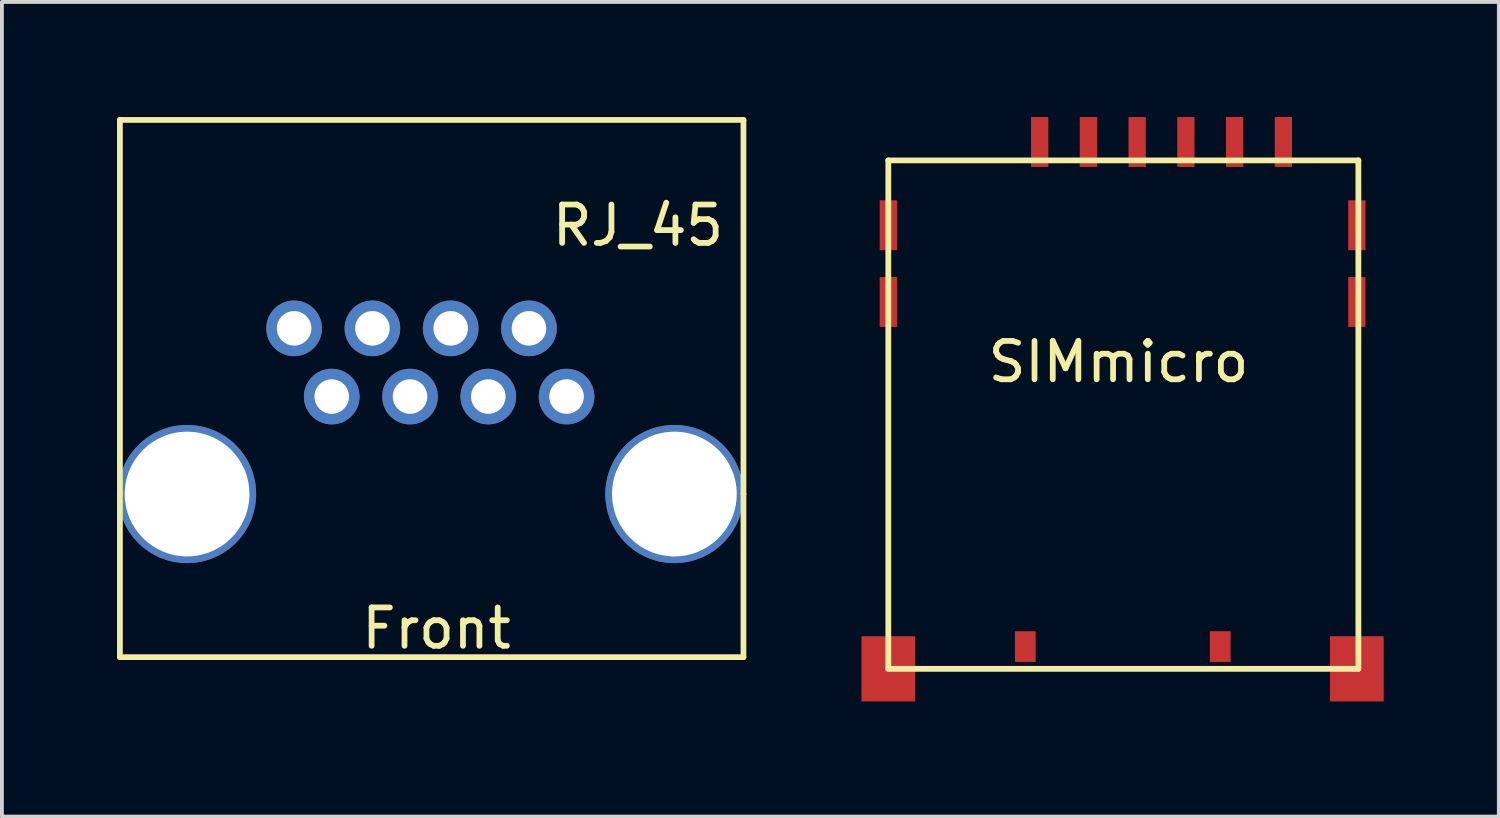
<source format=kicad_pcb>
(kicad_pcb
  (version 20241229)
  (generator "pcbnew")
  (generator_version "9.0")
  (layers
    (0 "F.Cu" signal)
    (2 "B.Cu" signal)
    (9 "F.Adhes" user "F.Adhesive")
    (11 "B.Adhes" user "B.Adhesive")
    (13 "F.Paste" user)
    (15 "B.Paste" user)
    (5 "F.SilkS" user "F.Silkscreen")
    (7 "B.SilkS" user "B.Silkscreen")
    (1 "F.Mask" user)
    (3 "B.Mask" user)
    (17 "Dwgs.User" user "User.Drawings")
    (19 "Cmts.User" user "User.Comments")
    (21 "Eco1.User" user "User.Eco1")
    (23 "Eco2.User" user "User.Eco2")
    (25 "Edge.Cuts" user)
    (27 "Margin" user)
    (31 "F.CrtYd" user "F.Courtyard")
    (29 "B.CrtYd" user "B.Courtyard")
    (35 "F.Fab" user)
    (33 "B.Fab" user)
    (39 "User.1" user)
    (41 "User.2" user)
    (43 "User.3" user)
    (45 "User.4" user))
  (footprint "RJ_45"
    (layer "F.Cu")
    (at 1.825 9.825)
    (property "Reference" "RJ_45" (at 11.75 -7 0) (layer "F.SilkS") (effects (font (size 1 1) (thickness 0.15))))
    (attr through_hole)
    (fp_line (start -1.75 -9.75) (end -1.75 0) (stroke (width 0.15) (type solid)) (layer "F.SilkS"))
    (fp_line (start -1.75 0) (end -1.75 4.25) (stroke (width 0.15) (type solid)) (layer "F.SilkS"))
    (fp_line (start -1.75 4.25) (end 14.5 4.25) (stroke (width 0.15) (type solid)) (layer "F.SilkS"))
    (fp_line (start 14.5 -9.75) (end -1.75 -9.75) (stroke (width 0.15) (type solid)) (layer "F.SilkS"))
    (fp_line (start 14.5 0) (end 14.5 -9.75) (stroke (width 0.15) (type solid)) (layer "F.SilkS"))
    (fp_line (start 14.5 4.25) (end 14.5 0) (stroke (width 0.15) (type solid)) (layer "F.SilkS"))
    (fp_text user "Front" (at 6.5 3.5 0) (layer "F.SilkS") (effects (font (size 1 1) (thickness 0.15))))
    (pad "" thru_hole circle (at 0 0) (size 3.6 3.6) (drill 3.25) (layers "*.Cu" "*.Mask"))
    (pad "" thru_hole circle (at 12.7 0) (size 3.6 3.6) (drill 3.25) (layers "*.Cu" "*.Mask"))
    (pad "1" thru_hole circle (at 9.89 -2.54) (size 1.45 1.45) (drill 0.9) (layers "*.Cu" "*.Mask"))
    (pad "2" thru_hole circle (at 8.91 -4.318) (size 1.45 1.45) (drill 0.9) (layers "*.Cu" "*.Mask"))
    (pad "3" thru_hole circle (at 7.85 -2.54) (size 1.45 1.45) (drill 0.9) (layers "*.Cu" "*.Mask"))
    (pad "4" thru_hole circle (at 6.87 -4.318) (size 1.45 1.45) (drill 0.9) (layers "*.Cu" "*.Mask"))
    (pad "5" thru_hole circle (at 5.81 -2.54) (size 1.45 1.45) (drill 0.9) (layers "*.Cu" "*.Mask"))
    (pad "6" thru_hole circle (at 4.83 -4.318) (size 1.45 1.45) (drill 0.9) (layers "*.Cu" "*.Mask"))
    (pad "7" thru_hole circle (at 3.77 -2.54) (size 1.45 1.45) (drill 0.9) (layers "*.Cu" "*.Mask"))
    (pad "8" thru_hole circle (at 2.79 -4.318) (size 1.45 1.45) (drill 0.9) (layers "*.Cu" "*.Mask")))
  (footprint "SIMmicro"
    (layer "F.Cu")
    (at 20.1 14.38)
    (property "Reference" "SIMmicro" (at 6 -8 0) (layer "F.SilkS") (effects (font (size 1 1) (thickness 0.15))))
    (attr through_hole)
    (fp_line (start 0 -13.25) (end 0 0) (stroke (width 0.15) (type solid)) (layer "F.SilkS"))
    (fp_line (start 0 0) (end 12.25 0) (stroke (width 0.15) (type solid)) (layer "F.SilkS"))
    (fp_line (start 12.25 -13.25) (end 0 -13.25) (stroke (width 0.15) (type solid)) (layer "F.SilkS"))
    (fp_line (start 12.25 0) (end 12.25 -13.25) (stroke (width 0.15) (type solid)) (layer "F.SilkS"))
    (pad "1" smd rect (at 6.485 -13.73) (size 0.45 1.3) (layers "F.Cu" "F.Mask" "F.Paste"))
    (pad "2" smd rect (at 5.215 -13.73) (size 0.45 1.3) (layers "F.Cu" "F.Mask" "F.Paste"))
    (pad "3" smd rect (at 3.945 -13.73) (size 0.45 1.3) (layers "F.Cu" "F.Mask" "F.Paste"))
    (pad "4" smd rect (at 0 -11.56) (size 0.45 1.3) (layers "F.Cu" "F.Mask" "F.Paste"))
    (pad "4" smd rect (at 0 -9.56) (size 0.45 1.3) (layers "F.Cu" "F.Mask" "F.Paste"))
    (pad "4" smd rect (at 0 0) (size 1.4 1.7) (layers "F.Cu" "F.Mask" "F.Paste"))
    (pad "4" smd rect (at 3.57 -0.58) (size 0.54 0.8) (layers "F.Cu" "F.Mask" "F.Paste"))
    (pad "4" smd rect (at 8.65 -0.58) (size 0.54 0.8) (layers "F.Cu" "F.Mask" "F.Paste"))
    (pad "4" smd rect (at 10.295 -13.73) (size 0.45 1.3) (layers "F.Cu" "F.Mask" "F.Paste"))
    (pad "4" smd rect (at 12.21 -11.56) (size 0.45 1.3) (layers "F.Cu" "F.Mask" "F.Paste"))
    (pad "4" smd rect (at 12.21 -9.56) (size 0.45 1.3) (layers "F.Cu" "F.Mask" "F.Paste"))
    (pad "4" smd rect (at 12.21 0) (size 1.4 1.7) (layers "F.Cu" "F.Mask" "F.Paste"))
    (pad "5" smd rect (at 9.025 -13.73) (size 0.45 1.3) (layers "F.Cu" "F.Mask" "F.Paste"))
    (pad "6" smd rect (at 7.755 -13.73) (size 0.45 1.3) (layers "F.Cu" "F.Mask" "F.Paste")))
  (gr_rect
    (start -3 -3)
    (end 36.01 18.23)
    (stroke (width 0.1) (type default))
    (fill no)
    (layer "Edge.Cuts")))
</source>
